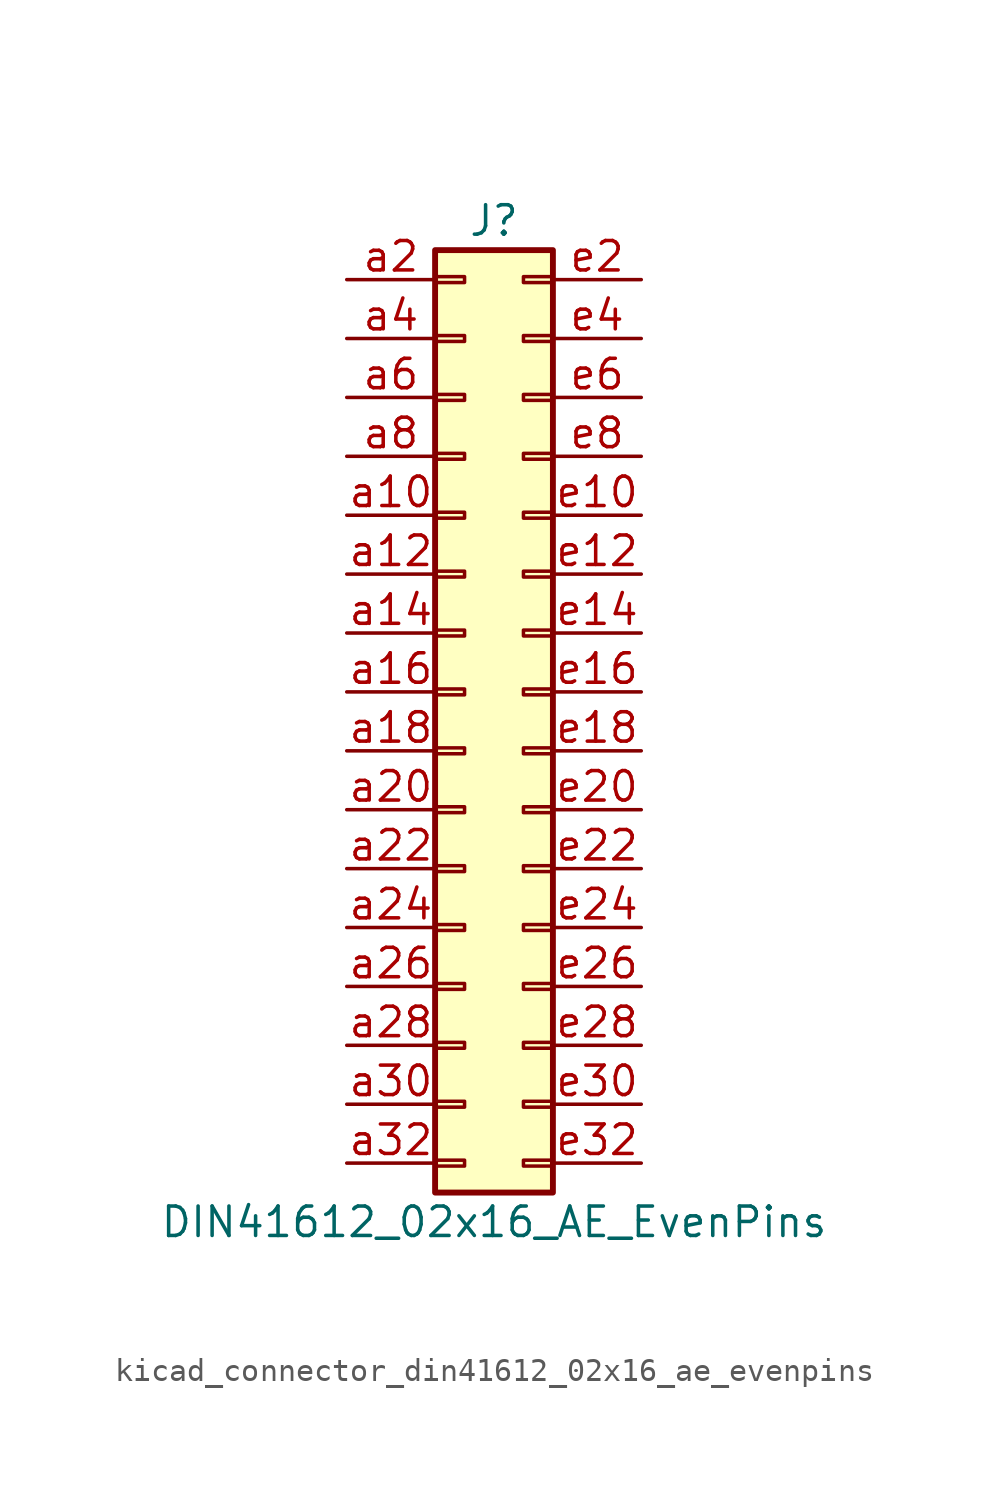
<source format=kicad_sym>
(kicad_symbol_lib
  (version 20220914)
  (generator kicad_symbol_editor)
  (symbol "kicad_connector_din41612_02x16_ae_evenpins"
    (pin_names
      (offset 1.016) hide)
    (property "Reference" "J"
      (at 1.27 20.32 0)
      (effects (font (size 1.27 1.27))))
    (property "Value" "DIN41612_02x16_AE_EvenPins"
      (at 1.27 -22.86 0)
      (effects (font (size 1.27 1.27))))
    (symbol "kicad_connector_din41612_02x16_ae_evenpins_1_1"
      (rectangle (start -1.27 -20.193) (end 0 -20.447) (stroke (width 0.152) (type default)) (fill (type none)))
      (rectangle (start -1.27 -17.653) (end 0 -17.907) (stroke (width 0.152) (type default)) (fill (type none)))
      (rectangle (start -1.27 -15.113) (end 0 -15.367) (stroke (width 0.152) (type default)) (fill (type none)))
      (rectangle (start -1.27 -12.573) (end 0 -12.827) (stroke (width 0.152) (type default)) (fill (type none)))
      (rectangle (start -1.27 -10.033) (end 0 -10.287) (stroke (width 0.152) (type default)) (fill (type none)))
      (rectangle (start -1.27 -7.493) (end 0 -7.747) (stroke (width 0.152) (type default)) (fill (type none)))
      (rectangle (start -1.27 -4.953) (end 0 -5.207) (stroke (width 0.152) (type default)) (fill (type none)))
      (rectangle (start -1.27 -2.413) (end 0 -2.667) (stroke (width 0.152) (type default)) (fill (type none)))
      (rectangle (start -1.27 0.127) (end 0 -0.127) (stroke (width 0.152) (type default)) (fill (type none)))
      (rectangle (start -1.27 2.667) (end 0 2.413) (stroke (width 0.152) (type default)) (fill (type none)))
      (rectangle (start -1.27 5.207) (end 0 4.953) (stroke (width 0.152) (type default)) (fill (type none)))
      (rectangle (start -1.27 7.747) (end 0 7.493) (stroke (width 0.152) (type default)) (fill (type none)))
      (rectangle (start -1.27 10.287) (end 0 10.033) (stroke (width 0.152) (type default)) (fill (type none)))
      (rectangle (start -1.27 12.827) (end 0 12.573) (stroke (width 0.152) (type default)) (fill (type none)))
      (rectangle (start -1.27 15.367) (end 0 15.113) (stroke (width 0.152) (type default)) (fill (type none)))
      (rectangle (start -1.27 17.907) (end 0 17.653) (stroke (width 0.152) (type default)) (fill (type none)))
      (rectangle (start -1.27 19.05) (end 3.81 -21.59) (stroke (width 0.254) (type default)) (fill (type background)))
      (rectangle (start 3.81 -20.193) (end 2.54 -20.447) (stroke (width 0.152) (type default)) (fill (type none)))
      (rectangle (start 3.81 -17.653) (end 2.54 -17.907) (stroke (width 0.152) (type default)) (fill (type none)))
      (rectangle (start 3.81 -15.113) (end 2.54 -15.367) (stroke (width 0.152) (type default)) (fill (type none)))
      (rectangle (start 3.81 -12.573) (end 2.54 -12.827) (stroke (width 0.152) (type default)) (fill (type none)))
      (rectangle (start 3.81 -10.033) (end 2.54 -10.287) (stroke (width 0.152) (type default)) (fill (type none)))
      (rectangle (start 3.81 -7.493) (end 2.54 -7.747) (stroke (width 0.152) (type default)) (fill (type none)))
      (rectangle (start 3.81 -4.953) (end 2.54 -5.207) (stroke (width 0.152) (type default)) (fill (type none)))
      (rectangle (start 3.81 -2.413) (end 2.54 -2.667) (stroke (width 0.152) (type default)) (fill (type none)))
      (rectangle (start 3.81 0.127) (end 2.54 -0.127) (stroke (width 0.152) (type default)) (fill (type none)))
      (rectangle (start 3.81 2.667) (end 2.54 2.413) (stroke (width 0.152) (type default)) (fill (type none)))
      (rectangle (start 3.81 5.207) (end 2.54 4.953) (stroke (width 0.152) (type default)) (fill (type none)))
      (rectangle (start 3.81 7.747) (end 2.54 7.493) (stroke (width 0.152) (type default)) (fill (type none)))
      (rectangle (start 3.81 10.287) (end 2.54 10.033) (stroke (width 0.152) (type default)) (fill (type none)))
      (rectangle (start 3.81 12.827) (end 2.54 12.573) (stroke (width 0.152) (type default)) (fill (type none)))
      (rectangle (start 3.81 15.367) (end 2.54 15.113) (stroke (width 0.152) (type default)) (fill (type none)))
      (rectangle (start 3.81 17.907) (end 2.54 17.653) (stroke (width 0.152) (type default)) (fill (type none)))
      (pin passive line (at -5.08 7.62 0) (length 3.81) (name "Pin_a10" (effects (font (size 1.27 1.27)))) (number "a10" (effects (font (size 1.27 1.27)))))
      (pin passive line (at -5.08 5.08 0) (length 3.81) (name "Pin_a12" (effects (font (size 1.27 1.27)))) (number "a12" (effects (font (size 1.27 1.27)))))
      (pin passive line (at -5.08 2.54 0) (length 3.81) (name "Pin_a14" (effects (font (size 1.27 1.27)))) (number "a14" (effects (font (size 1.27 1.27)))))
      (pin passive line (at -5.08 0 0) (length 3.81) (name "Pin_a16" (effects (font (size 1.27 1.27)))) (number "a16" (effects (font (size 1.27 1.27)))))
      (pin passive line (at -5.08 -2.54 0) (length 3.81) (name "Pin_a18" (effects (font (size 1.27 1.27)))) (number "a18" (effects (font (size 1.27 1.27)))))
      (pin passive line (at -5.08 17.78 0) (length 3.81) (name "Pin_a2" (effects (font (size 1.27 1.27)))) (number "a2" (effects (font (size 1.27 1.27)))))
      (pin passive line (at -5.08 -5.08 0) (length 3.81) (name "Pin_a20" (effects (font (size 1.27 1.27)))) (number "a20" (effects (font (size 1.27 1.27)))))
      (pin passive line (at -5.08 -7.62 0) (length 3.81) (name "Pin_a22" (effects (font (size 1.27 1.27)))) (number "a22" (effects (font (size 1.27 1.27)))))
      (pin passive line (at -5.08 -10.16 0) (length 3.81) (name "Pin_a24" (effects (font (size 1.27 1.27)))) (number "a24" (effects (font (size 1.27 1.27)))))
      (pin passive line (at -5.08 -12.7 0) (length 3.81) (name "Pin_a26" (effects (font (size 1.27 1.27)))) (number "a26" (effects (font (size 1.27 1.27)))))
      (pin passive line (at -5.08 -15.24 0) (length 3.81) (name "Pin_a28" (effects (font (size 1.27 1.27)))) (number "a28" (effects (font (size 1.27 1.27)))))
      (pin passive line (at -5.08 -17.78 0) (length 3.81) (name "Pin_a30" (effects (font (size 1.27 1.27)))) (number "a30" (effects (font (size 1.27 1.27)))))
      (pin passive line (at -5.08 -20.32 0) (length 3.81) (name "Pin_a32" (effects (font (size 1.27 1.27)))) (number "a32" (effects (font (size 1.27 1.27)))))
      (pin passive line (at -5.08 15.24 0) (length 3.81) (name "Pin_a4" (effects (font (size 1.27 1.27)))) (number "a4" (effects (font (size 1.27 1.27)))))
      (pin passive line (at -5.08 12.7 0) (length 3.81) (name "Pin_a6" (effects (font (size 1.27 1.27)))) (number "a6" (effects (font (size 1.27 1.27)))))
      (pin passive line (at -5.08 10.16 0) (length 3.81) (name "Pin_a8" (effects (font (size 1.27 1.27)))) (number "a8" (effects (font (size 1.27 1.27)))))
      (pin passive line (at 7.62 7.62 180) (length 3.81) (name "Pin_e10" (effects (font (size 1.27 1.27)))) (number "e10" (effects (font (size 1.27 1.27)))))
      (pin passive line (at 7.62 5.08 180) (length 3.81) (name "Pin_e12" (effects (font (size 1.27 1.27)))) (number "e12" (effects (font (size 1.27 1.27)))))
      (pin passive line (at 7.62 2.54 180) (length 3.81) (name "Pin_e14" (effects (font (size 1.27 1.27)))) (number "e14" (effects (font (size 1.27 1.27)))))
      (pin passive line (at 7.62 0 180) (length 3.81) (name "Pin_e16" (effects (font (size 1.27 1.27)))) (number "e16" (effects (font (size 1.27 1.27)))))
      (pin passive line (at 7.62 -2.54 180) (length 3.81) (name "Pin_e18" (effects (font (size 1.27 1.27)))) (number "e18" (effects (font (size 1.27 1.27)))))
      (pin passive line (at 7.62 17.78 180) (length 3.81) (name "Pin_e2" (effects (font (size 1.27 1.27)))) (number "e2" (effects (font (size 1.27 1.27)))))
      (pin passive line (at 7.62 -5.08 180) (length 3.81) (name "Pin_e20" (effects (font (size 1.27 1.27)))) (number "e20" (effects (font (size 1.27 1.27)))))
      (pin passive line (at 7.62 -7.62 180) (length 3.81) (name "Pin_e22" (effects (font (size 1.27 1.27)))) (number "e22" (effects (font (size 1.27 1.27)))))
      (pin passive line (at 7.62 -10.16 180) (length 3.81) (name "Pin_e24" (effects (font (size 1.27 1.27)))) (number "e24" (effects (font (size 1.27 1.27)))))
      (pin passive line (at 7.62 -12.7 180) (length 3.81) (name "Pin_e26" (effects (font (size 1.27 1.27)))) (number "e26" (effects (font (size 1.27 1.27)))))
      (pin passive line (at 7.62 -15.24 180) (length 3.81) (name "Pin_e28" (effects (font (size 1.27 1.27)))) (number "e28" (effects (font (size 1.27 1.27)))))
      (pin passive line (at 7.62 -17.78 180) (length 3.81) (name "Pin_e30" (effects (font (size 1.27 1.27)))) (number "e30" (effects (font (size 1.27 1.27)))))
      (pin passive line (at 7.62 -20.32 180) (length 3.81) (name "Pin_e32" (effects (font (size 1.27 1.27)))) (number "e32" (effects (font (size 1.27 1.27)))))
      (pin passive line (at 7.62 15.24 180) (length 3.81) (name "Pin_e4" (effects (font (size 1.27 1.27)))) (number "e4" (effects (font (size 1.27 1.27)))))
      (pin passive line (at 7.62 12.7 180) (length 3.81) (name "Pin_e6" (effects (font (size 1.27 1.27)))) (number "e6" (effects (font (size 1.27 1.27)))))
      (pin passive line (at 7.62 10.16 180) (length 3.81) (name "Pin_e8" (effects (font (size 1.27 1.27)))) (number "e8" (effects (font (size 1.27 1.27))))))))
</source>
